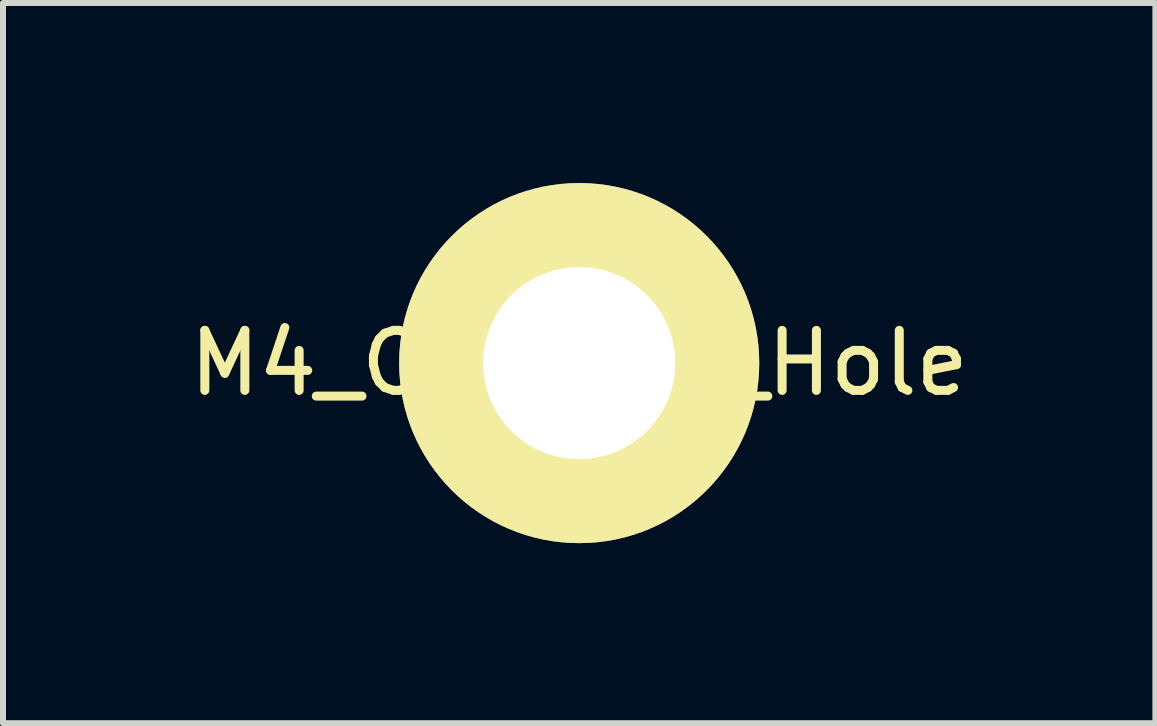
<source format=kicad_pcb>
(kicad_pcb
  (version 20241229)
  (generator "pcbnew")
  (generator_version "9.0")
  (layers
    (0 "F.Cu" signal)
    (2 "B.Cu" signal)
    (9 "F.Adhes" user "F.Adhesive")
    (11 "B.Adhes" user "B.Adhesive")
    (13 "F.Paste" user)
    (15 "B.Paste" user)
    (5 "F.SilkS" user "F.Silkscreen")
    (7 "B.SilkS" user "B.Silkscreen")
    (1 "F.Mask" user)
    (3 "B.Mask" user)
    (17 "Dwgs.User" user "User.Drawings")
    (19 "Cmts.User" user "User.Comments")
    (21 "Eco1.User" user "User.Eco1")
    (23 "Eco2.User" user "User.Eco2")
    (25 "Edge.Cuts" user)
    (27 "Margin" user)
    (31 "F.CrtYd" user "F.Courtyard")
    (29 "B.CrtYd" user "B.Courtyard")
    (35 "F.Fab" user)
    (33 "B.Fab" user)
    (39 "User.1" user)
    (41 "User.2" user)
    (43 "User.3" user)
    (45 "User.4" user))
  (footprint "M4_Connect_Hole"
    (layer "F.Cu")
    (at 6.601 3)
    (property "Reference" "M4_Connect_Hole" (at 0 0 0) (layer "F.SilkS") (effects (font (size 1 1) (thickness 0.15))))
    (attr through_hole)
    (pad "1" thru_hole circle (at 0 0) (size 6 6) (drill 3.2) (layers "*.Cu" "*.Mask" "F.SilkS")))
  (gr_rect
    (start -3 -3)
    (end 16.202 9)
    (stroke (width 0.1) (type default))
    (fill no)
    (layer "Edge.Cuts")))
</source>
